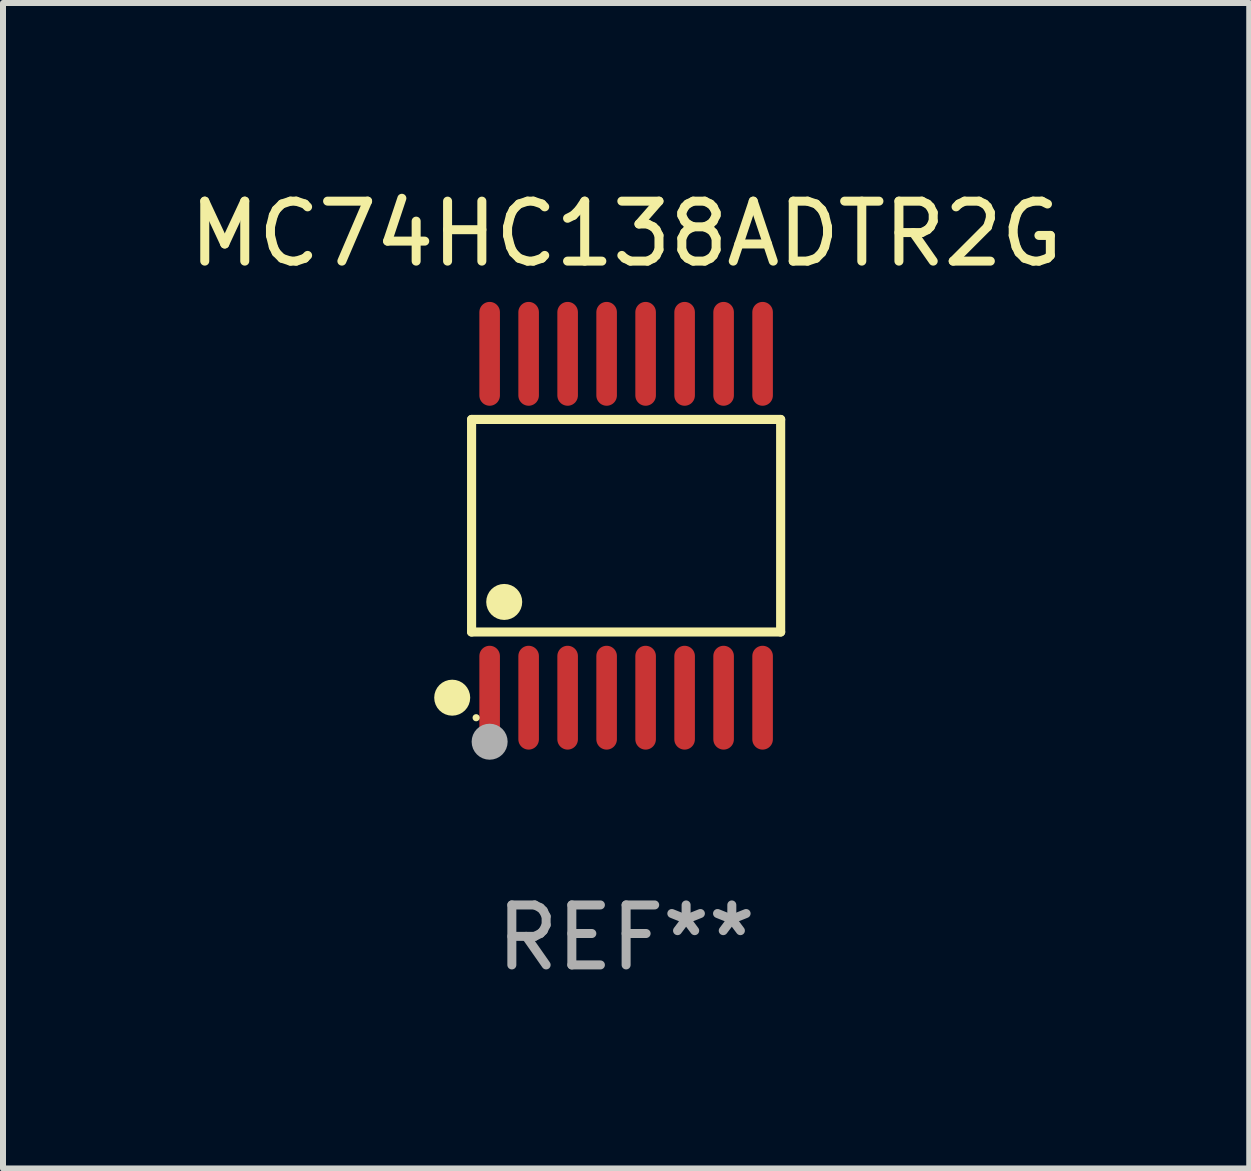
<source format=kicad_pcb>
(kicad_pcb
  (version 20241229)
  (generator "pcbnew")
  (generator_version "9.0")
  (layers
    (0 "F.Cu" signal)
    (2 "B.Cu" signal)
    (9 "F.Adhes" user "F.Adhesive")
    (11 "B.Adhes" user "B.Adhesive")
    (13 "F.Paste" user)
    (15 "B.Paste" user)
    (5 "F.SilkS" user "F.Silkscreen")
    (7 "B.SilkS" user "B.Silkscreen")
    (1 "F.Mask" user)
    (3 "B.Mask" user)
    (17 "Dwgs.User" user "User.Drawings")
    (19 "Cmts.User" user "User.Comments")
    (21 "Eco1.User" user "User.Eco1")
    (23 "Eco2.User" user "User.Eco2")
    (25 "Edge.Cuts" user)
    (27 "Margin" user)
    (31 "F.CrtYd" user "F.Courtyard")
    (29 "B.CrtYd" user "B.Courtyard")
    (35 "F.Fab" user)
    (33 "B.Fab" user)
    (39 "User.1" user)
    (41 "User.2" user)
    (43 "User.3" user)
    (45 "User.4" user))
  (footprint "MC74HC138ADTR2G"
    (layer "F.Cu")
    (at 7.387 5.714)
    (property "Reference" "MC74HC138ADTR2G" (at 0 -4.866 0) (layer "F.SilkS") (effects (font (size 1 1) (thickness 0.15))))
    (attr through_hole)
    (fp_line (start -2.576 -1.772) (end 2.576 -1.772) (stroke (width 0.152) (type solid)) (layer "F.SilkS"))
    (fp_line (start -2.576 1.771) (end -2.576 -1.772) (stroke (width 0.152) (type solid)) (layer "F.SilkS"))
    (fp_line (start 2.576 -1.772) (end 2.576 1.771) (stroke (width 0.152) (type solid)) (layer "F.SilkS"))
    (fp_line (start 2.576 1.771) (end -2.576 1.771) (stroke (width 0.152) (type solid)) (layer "F.SilkS"))
    (fp_circle (center -2.899 2.866) (end -2.749 2.866) (stroke (width 0.3) (type solid)) (fill no) (layer "F.SilkS"))
    (fp_circle (center -2.5 3.2) (end -2.47 3.2) (stroke (width 0.06) (type solid)) (fill no) (layer "F.SilkS"))
    (fp_circle (center -2.032 1.27) (end -1.882 1.27) (stroke (width 0.3) (type solid)) (fill no) (layer "F.SilkS"))
    (fp_circle (center -2.275 3.6) (end -2.125 3.6) (stroke (width 0.3) (type solid)) (fill no) (layer "F.Fab"))
    (fp_text user "REF**" (at 0 6.866 0) (layer "F.Fab") (effects (font (size 1 1) (thickness 0.15))))
    (pad "1" smd oval (at -2.275 2.866) (size 0.343 1.731) (layers "F.Cu" "F.Mask" "F.Paste"))
    (pad "2" smd oval (at -1.625 2.866) (size 0.343 1.731) (layers "F.Cu" "F.Mask" "F.Paste"))
    (pad "3" smd oval (at -0.975 2.866) (size 0.343 1.731) (layers "F.Cu" "F.Mask" "F.Paste"))
    (pad "4" smd oval (at -0.325 2.866) (size 0.343 1.731) (layers "F.Cu" "F.Mask" "F.Paste"))
    (pad "5" smd oval (at 0.325 2.866) (size 0.343 1.731) (layers "F.Cu" "F.Mask" "F.Paste"))
    (pad "6" smd oval (at 0.975 2.866) (size 0.343 1.731) (layers "F.Cu" "F.Mask" "F.Paste"))
    (pad "7" smd oval (at 1.625 2.866) (size 0.343 1.731) (layers "F.Cu" "F.Mask" "F.Paste"))
    (pad "8" smd oval (at 2.275 2.866) (size 0.343 1.731) (layers "F.Cu" "F.Mask" "F.Paste"))
    (pad "9" smd oval (at 2.275 -2.866) (size 0.343 1.731) (layers "F.Cu" "F.Mask" "F.Paste"))
    (pad "10" smd oval (at 1.625 -2.866) (size 0.343 1.731) (layers "F.Cu" "F.Mask" "F.Paste"))
    (pad "11" smd oval (at 0.975 -2.866) (size 0.343 1.731) (layers "F.Cu" "F.Mask" "F.Paste"))
    (pad "12" smd oval (at 0.325 -2.866) (size 0.343 1.731) (layers "F.Cu" "F.Mask" "F.Paste"))
    (pad "13" smd oval (at -0.325 -2.866) (size 0.343 1.731) (layers "F.Cu" "F.Mask" "F.Paste"))
    (pad "14" smd oval (at -0.975 -2.866) (size 0.343 1.731) (layers "F.Cu" "F.Mask" "F.Paste"))
    (pad "15" smd oval (at -1.625 -2.866) (size 0.343 1.731) (layers "F.Cu" "F.Mask" "F.Paste"))
    (pad "16" smd oval (at -2.275 -2.866) (size 0.343 1.731) (layers "F.Cu" "F.Mask" "F.Paste")))
  (gr_rect
    (start -3 -3)
    (end 17.774 16.428)
    (stroke (width 0.1) (type default))
    (fill no)
    (layer "Edge.Cuts")))
</source>
